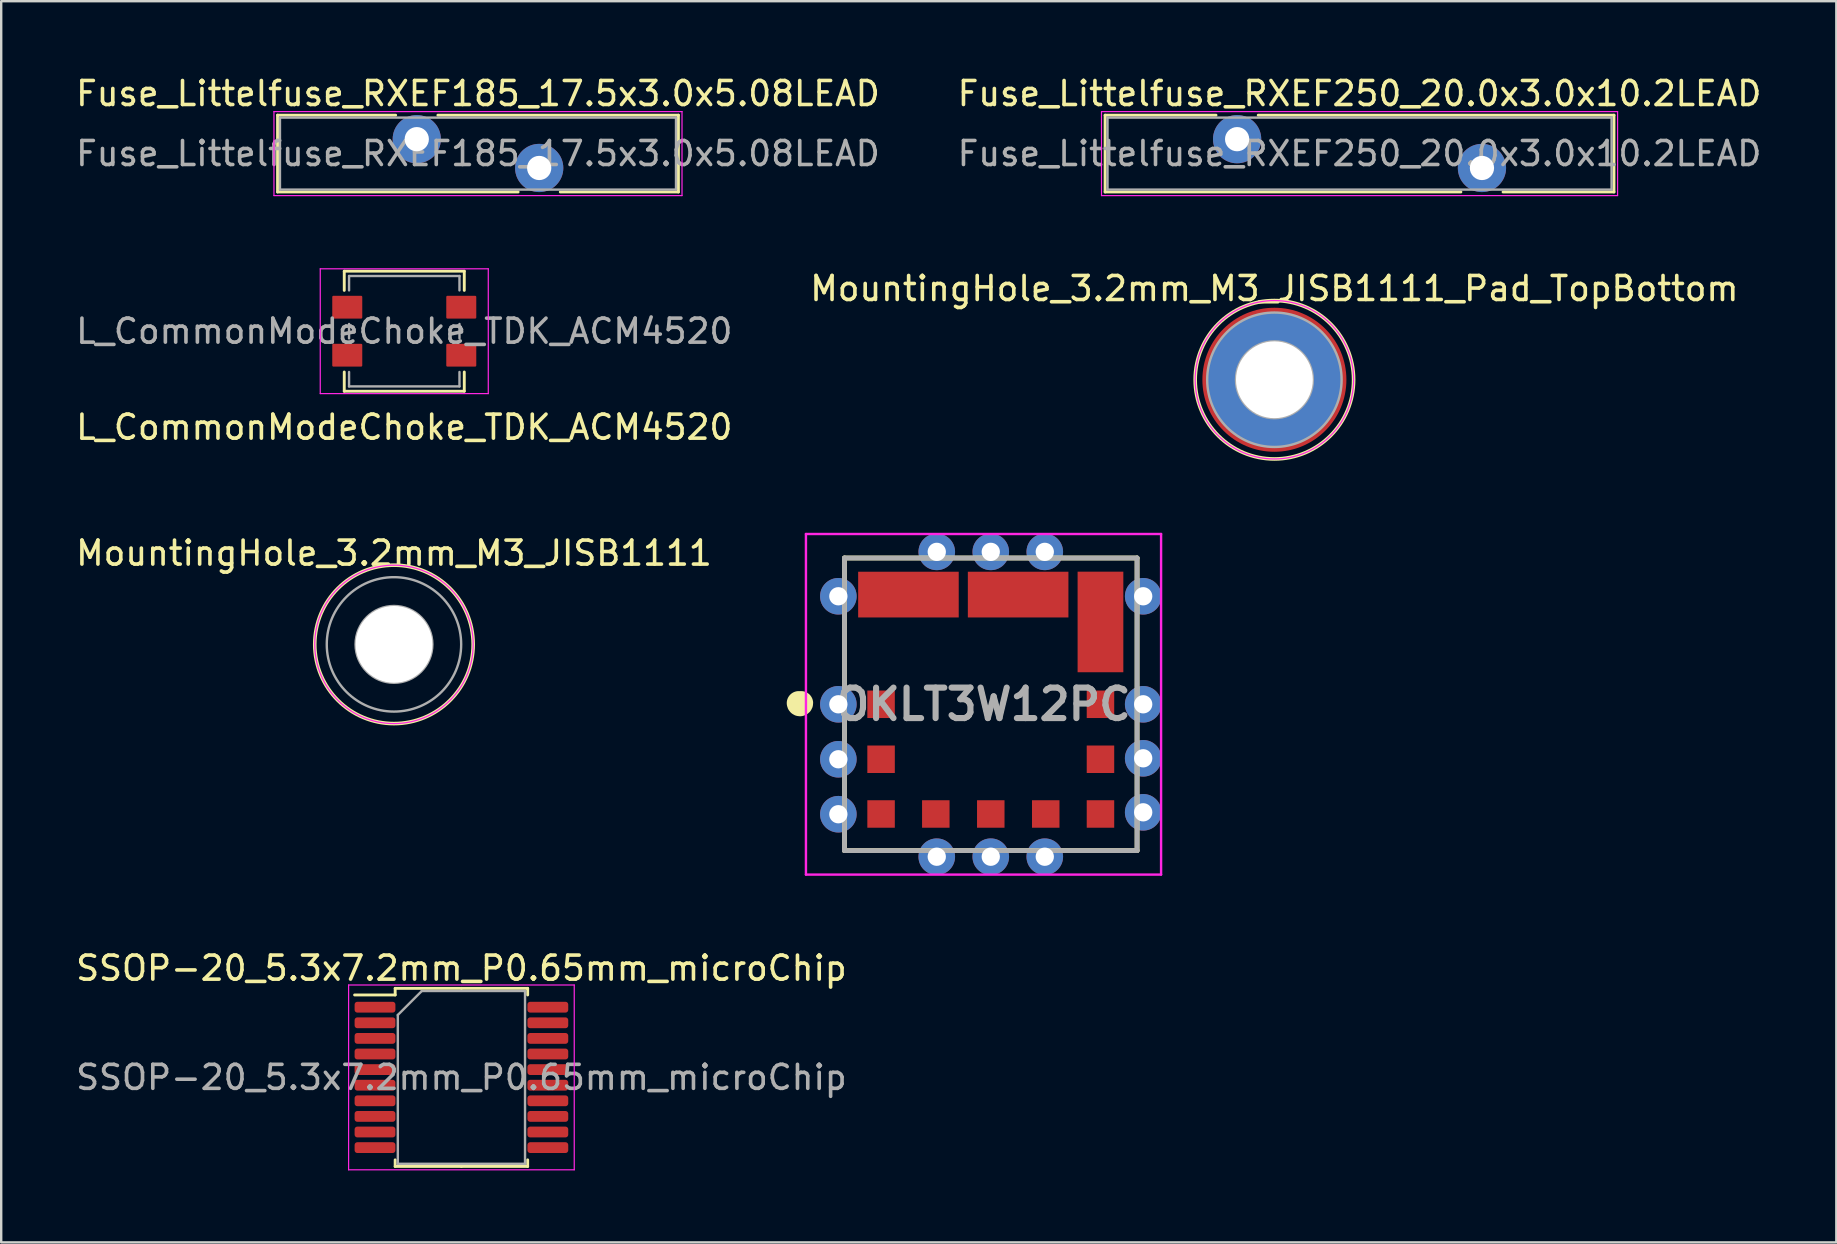
<source format=kicad_pcb>
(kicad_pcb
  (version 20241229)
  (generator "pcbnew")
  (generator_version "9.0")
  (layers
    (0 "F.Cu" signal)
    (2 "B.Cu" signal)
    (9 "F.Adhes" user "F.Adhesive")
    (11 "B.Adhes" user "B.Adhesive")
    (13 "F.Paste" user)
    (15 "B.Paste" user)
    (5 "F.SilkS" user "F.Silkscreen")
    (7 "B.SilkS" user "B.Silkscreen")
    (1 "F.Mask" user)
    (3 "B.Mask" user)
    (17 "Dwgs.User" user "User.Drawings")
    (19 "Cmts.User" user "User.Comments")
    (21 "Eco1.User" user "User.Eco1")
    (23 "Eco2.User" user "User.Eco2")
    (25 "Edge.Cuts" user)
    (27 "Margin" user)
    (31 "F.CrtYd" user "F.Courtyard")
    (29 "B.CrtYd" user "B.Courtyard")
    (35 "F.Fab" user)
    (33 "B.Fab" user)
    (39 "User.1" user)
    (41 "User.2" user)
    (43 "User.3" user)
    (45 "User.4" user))
  (footprint "OKLT3W12PC"
    (layer "F.Cu")
    (at 38.226 26.291)
    (property "Reference" "OKLT3W12PC" (at -0.303 0 0) (layer "F.SilkS") (effects (font (size 1.27 1.27) (thickness 0.2))))
    (attr smd)
    (fp_line (start -8 -0.2) (end -8 -0.2) (stroke (width 0.1) (type solid)) (layer "F.SilkS"))
    (fp_line (start -7.9 -0.2) (end -7.9 -0.2) (stroke (width 0.1) (type solid)) (layer "F.SilkS"))
    (fp_line (start -6.095 -6.095) (end 6.095 -6.095) (stroke (width 0.2) (type solid)) (layer "F.SilkS"))
    (fp_line (start -6.095 6.095) (end -6.095 -6.095) (stroke (width 0.2) (type solid)) (layer "F.SilkS"))
    (fp_line (start 6.095 -6.095) (end 6.095 6.095) (stroke (width 0.2) (type solid)) (layer "F.SilkS"))
    (fp_line (start 6.095 6.095) (end -6.095 6.095) (stroke (width 0.2) (type solid)) (layer "F.SilkS"))
    (fp_arc (start -8 -0.2) (mid -7.95 -0.25) (end -7.9 -0.2) (stroke (width 0.1) (type solid)) (layer "F.SilkS"))
    (fp_arc (start -7.9 -0.05) (mid -7.95 0) (end -8 -0.05) (stroke (width 1) (type solid)) (layer "F.SilkS"))
    (fp_line (start -7.7 -7.095) (end 7.095 -7.095) (stroke (width 0.1) (type solid)) (layer "F.CrtYd"))
    (fp_line (start -7.7 7.095) (end -7.7 -7.095) (stroke (width 0.1) (type solid)) (layer "F.CrtYd"))
    (fp_line (start 7.095 -7.095) (end 7.095 7.095) (stroke (width 0.1) (type solid)) (layer "F.CrtYd"))
    (fp_line (start 7.095 7.095) (end -7.7 7.095) (stroke (width 0.1) (type solid)) (layer "F.CrtYd"))
    (fp_line (start -6.095 -6.095) (end 6.095 -6.095) (stroke (width 0.2) (type solid)) (layer "F.Fab"))
    (fp_line (start -6.095 6.095) (end -6.095 -6.095) (stroke (width 0.2) (type solid)) (layer "F.Fab"))
    (fp_line (start 6.095 -6.095) (end 6.095 6.095) (stroke (width 0.2) (type solid)) (layer "F.Fab"))
    (fp_line (start 6.095 6.095) (end -6.095 6.095) (stroke (width 0.2) (type solid)) (layer "F.Fab"))
    (fp_text user "${REFERENCE}" (at -0.303 0 0) (layer "F.Fab") (effects (font (size 1.27 1.27) (thickness 0.254))))
    (pad "1" thru_hole circle (at -6.35 0) (size 1.524 1.524) (drill 0.762) (layers "*.Cu" "*.Mask"))
    (pad "1" smd rect (at -4.57 0 90) (size 1.145 1.145) (layers "F.Cu" "F.Mask" "F.Paste"))
    (pad "2" thru_hole circle (at -6.35 -4.5) (size 1.524 1.524) (drill 0.762) (layers "*.Cu" "*.Mask"))
    (pad "2" smd rect (at -3.43 -4.57 90) (size 1.905 4.19) (layers "F.Cu" "F.Mask" "F.Paste"))
    (pad "2" thru_hole circle (at -2.25 -6.35) (size 1.524 1.524) (drill 0.762) (layers "*.Cu" "*.Mask"))
    (pad "3" thru_hole circle (at 0 -6.35) (size 1.524 1.524) (drill 0.762) (layers "*.Cu" "*.Mask"))
    (pad "3" smd rect (at 1.14 -4.57 90) (size 1.905 4.19) (layers "F.Cu" "F.Mask" "F.Paste"))
    (pad "3" thru_hole circle (at 2.25 -6.35) (size 1.524 1.524) (drill 0.762) (layers "*.Cu" "*.Mask"))
    (pad "4" smd rect (at 4.57 -3.43) (size 1.905 4.19) (layers "F.Cu" "F.Mask" "F.Paste"))
    (pad "4" thru_hole circle (at 6.35 -4.5) (size 1.524 1.524) (drill 0.762) (layers "*.Cu" "*.Mask"))
    (pad "5" smd rect (at 4.57 0 90) (size 1.145 1.145) (layers "F.Cu" "F.Mask" "F.Paste"))
    (pad "5" thru_hole circle (at 6.35 0) (size 1.524 1.524) (drill 0.762) (layers "*.Cu" "*.Mask"))
    (pad "6" smd rect (at 4.57 4.57 90) (size 1.145 1.145) (layers "F.Cu" "F.Mask" "F.Paste"))
    (pad "6" thru_hole circle (at 6.35 4.5) (size 1.524 1.524) (drill 0.762) (layers "*.Cu" "*.Mask"))
    (pad "7" smd rect (at 0 4.57 90) (size 1.145 1.145) (layers "F.Cu" "F.Mask" "F.Paste"))
    (pad "7" thru_hole circle (at 0 6.35) (size 1.524 1.524) (drill 0.762) (layers "*.Cu" "*.Mask"))
    (pad "8" smd rect (at -2.29 4.57 90) (size 1.145 1.145) (layers "F.Cu" "F.Mask" "F.Paste"))
    (pad "8" thru_hole circle (at -2.25 6.35) (size 1.524 1.524) (drill 0.762) (layers "*.Cu" "*.Mask"))
    (pad "9" thru_hole circle (at -6.35 4.58) (size 1.524 1.524) (drill 0.762) (layers "*.Cu" "*.Mask"))
    (pad "9" smd rect (at -4.57 4.57 90) (size 1.145 1.145) (layers "F.Cu" "F.Mask" "F.Paste"))
    (pad "10" thru_hole circle (at -6.35 2.29) (size 1.524 1.524) (drill 0.762) (layers "*.Cu" "*.Mask"))
    (pad "10" smd rect (at -4.57 2.29 90) (size 1.145 1.145) (layers "F.Cu" "F.Mask" "F.Paste"))
    (pad "11" smd rect (at 4.57 2.29 90) (size 1.145 1.145) (layers "F.Cu" "F.Mask" "F.Paste"))
    (pad "11" thru_hole circle (at 6.35 2.25) (size 1.524 1.524) (drill 0.762) (layers "*.Cu" "*.Mask"))
    (pad "12" thru_hole circle (at 2.25 6.35) (size 1.524 1.524) (drill 0.762) (layers "*.Cu" "*.Mask"))
    (pad "12" smd rect (at 2.29 4.57 90) (size 1.145 1.145) (layers "F.Cu" "F.Mask" "F.Paste")))
  (footprint "MountingHole_3.2mm_M3_JISB1111"
    (layer "F.Cu")
    (at 13.363 23.795)
    (property "Reference" "MountingHole_3.2mm_M3_JISB1111" (at 0 -3.8 0) (layer "F.SilkS") (effects (font (size 1 1) (thickness 0.15))))
    (attr exclude_from_pos_files exclude_from_bom)
    (fp_circle (center 0 0) (end 3.3 0) (stroke (width 0.15) (type solid)) (fill no) (layer "F.SilkS"))
    (fp_circle (center 0 0) (end 3.3 0) (stroke (width 0.05) (type solid)) (fill no) (layer "F.CrtYd"))
    (fp_circle (center 0 0) (end 1.6 0) (stroke (width 0.1) (type solid)) (fill no) (layer "F.Fab"))
    (fp_circle (center 0 0) (end 2.8 0) (stroke (width 0.1) (type solid)) (fill no) (layer "F.Fab"))
    (pad "" np_thru_hole circle (at 0 0) (size 3.2 3.2) (drill 3.2) (layers "*.Cu" "*.Mask")))
  (footprint "SSOP-20_5.3x7.2mm_P0.65mm_microChip"
    (layer "F.Cu")
    (at 16.173 41.835)
    (property "Reference" "SSOP-20_5.3x7.2mm_P0.65mm_microChip" (at 0 -4.55 0) (layer "F.SilkS") (effects (font (size 1 1) (thickness 0.15))))
    (attr smd)
    (fp_line (start -2.76 -3.71) (end -2.76 -3.435) (stroke (width 0.12) (type solid)) (layer "F.SilkS"))
    (fp_line (start -2.76 -3.435) (end -4.45 -3.435) (stroke (width 0.12) (type solid)) (layer "F.SilkS"))
    (fp_line (start -2.76 3.71) (end -2.76 3.435) (stroke (width 0.12) (type solid)) (layer "F.SilkS"))
    (fp_line (start 0 -3.71) (end -2.76 -3.71) (stroke (width 0.12) (type solid)) (layer "F.SilkS"))
    (fp_line (start 0 -3.71) (end 2.76 -3.71) (stroke (width 0.12) (type solid)) (layer "F.SilkS"))
    (fp_line (start 0 3.71) (end -2.76 3.71) (stroke (width 0.12) (type solid)) (layer "F.SilkS"))
    (fp_line (start 0 3.71) (end 2.76 3.71) (stroke (width 0.12) (type solid)) (layer "F.SilkS"))
    (fp_line (start 2.76 -3.71) (end 2.76 -3.435) (stroke (width 0.12) (type solid)) (layer "F.SilkS"))
    (fp_line (start 2.76 3.71) (end 2.76 3.435) (stroke (width 0.12) (type solid)) (layer "F.SilkS"))
    (fp_line (start -4.7 -3.85) (end -4.7 3.85) (stroke (width 0.05) (type solid)) (layer "F.CrtYd"))
    (fp_line (start -4.7 3.85) (end 4.7 3.85) (stroke (width 0.05) (type solid)) (layer "F.CrtYd"))
    (fp_line (start 4.7 -3.85) (end -4.7 -3.85) (stroke (width 0.05) (type solid)) (layer "F.CrtYd"))
    (fp_line (start 4.7 3.85) (end 4.7 -3.85) (stroke (width 0.05) (type solid)) (layer "F.CrtYd"))
    (fp_line (start -2.65 -2.6) (end -1.65 -3.6) (stroke (width 0.1) (type solid)) (layer "F.Fab"))
    (fp_line (start -2.65 3.6) (end -2.65 -2.6) (stroke (width 0.1) (type solid)) (layer "F.Fab"))
    (fp_line (start -1.65 -3.6) (end 2.65 -3.6) (stroke (width 0.1) (type solid)) (layer "F.Fab"))
    (fp_line (start 2.65 -3.6) (end 2.65 3.6) (stroke (width 0.1) (type solid)) (layer "F.Fab"))
    (fp_line (start 2.65 3.6) (end -2.65 3.6) (stroke (width 0.1) (type solid)) (layer "F.Fab"))
    (fp_text user "${REFERENCE}" (at 0 0 0) (layer "F.Fab") (effects (font (size 1 1) (thickness 0.15))))
    (pad "1" smd roundrect (at -3.6 -2.925) (size 1.7 0.45) (layers "F.Cu" "F.Mask" "F.Paste") (roundrect_rratio 0.25))
    (pad "2" smd roundrect (at -3.6 -2.275) (size 1.7 0.45) (layers "F.Cu" "F.Mask" "F.Paste") (roundrect_rratio 0.25))
    (pad "3" smd roundrect (at -3.6 -1.625) (size 1.7 0.45) (layers "F.Cu" "F.Mask" "F.Paste") (roundrect_rratio 0.25))
    (pad "4" smd roundrect (at -3.6 -0.975) (size 1.7 0.45) (layers "F.Cu" "F.Mask" "F.Paste") (roundrect_rratio 0.25))
    (pad "5" smd roundrect (at -3.6 -0.325) (size 1.7 0.45) (layers "F.Cu" "F.Mask" "F.Paste") (roundrect_rratio 0.25))
    (pad "6" smd roundrect (at -3.6 0.325) (size 1.7 0.45) (layers "F.Cu" "F.Mask" "F.Paste") (roundrect_rratio 0.25))
    (pad "7" smd roundrect (at -3.6 0.975) (size 1.7 0.45) (layers "F.Cu" "F.Mask" "F.Paste") (roundrect_rratio 0.25))
    (pad "8" smd roundrect (at -3.6 1.625) (size 1.7 0.45) (layers "F.Cu" "F.Mask" "F.Paste") (roundrect_rratio 0.25))
    (pad "9" smd roundrect (at -3.6 2.275) (size 1.7 0.45) (layers "F.Cu" "F.Mask" "F.Paste") (roundrect_rratio 0.25))
    (pad "10" smd roundrect (at -3.6 2.925) (size 1.7 0.45) (layers "F.Cu" "F.Mask" "F.Paste") (roundrect_rratio 0.25))
    (pad "11" smd roundrect (at 3.6 2.925) (size 1.7 0.45) (layers "F.Cu" "F.Mask" "F.Paste") (roundrect_rratio 0.25))
    (pad "12" smd roundrect (at 3.6 2.275) (size 1.7 0.45) (layers "F.Cu" "F.Mask" "F.Paste") (roundrect_rratio 0.25))
    (pad "13" smd roundrect (at 3.6 1.625) (size 1.7 0.45) (layers "F.Cu" "F.Mask" "F.Paste") (roundrect_rratio 0.25))
    (pad "14" smd roundrect (at 3.6 0.975) (size 1.7 0.45) (layers "F.Cu" "F.Mask" "F.Paste") (roundrect_rratio 0.25))
    (pad "15" smd roundrect (at 3.6 0.325) (size 1.7 0.45) (layers "F.Cu" "F.Mask" "F.Paste") (roundrect_rratio 0.25))
    (pad "16" smd roundrect (at 3.6 -0.325) (size 1.7 0.45) (layers "F.Cu" "F.Mask" "F.Paste") (roundrect_rratio 0.25))
    (pad "17" smd roundrect (at 3.6 -0.975) (size 1.7 0.45) (layers "F.Cu" "F.Mask" "F.Paste") (roundrect_rratio 0.25))
    (pad "18" smd roundrect (at 3.6 -1.625) (size 1.7 0.45) (layers "F.Cu" "F.Mask" "F.Paste") (roundrect_rratio 0.25))
    (pad "19" smd roundrect (at 3.6 -2.275) (size 1.7 0.45) (layers "F.Cu" "F.Mask" "F.Paste") (roundrect_rratio 0.25))
    (pad "20" smd roundrect (at 3.6 -2.925) (size 1.7 0.45) (layers "F.Cu" "F.Mask" "F.Paste") (roundrect_rratio 0.25)))
  (footprint "Fuse_Littelfuse_RXEF250_20.0x3.0x10.2LEAD"
    (layer "F.Cu")
    (at 48.489 2.748)
    (property "Reference" "Fuse_Littelfuse_RXEF250_20.0x3.0x10.2LEAD" (at 5.1 -1.9 0) (layer "F.SilkS") (effects (font (size 1 1) (thickness 0.15))))
    (attr through_hole)
    (fp_line (start -5.5 -1) (end -5.5 2.2) (stroke (width 0.12) (type solid)) (layer "F.SilkS"))
    (fp_line (start -5.5 -1) (end -0.879 -1) (stroke (width 0.12) (type solid)) (layer "F.SilkS"))
    (fp_line (start -5.5 2.2) (end 9.322 2.2) (stroke (width 0.12) (type solid)) (layer "F.SilkS"))
    (fp_line (start 0.879 -1) (end 15.7 -1) (stroke (width 0.12) (type solid)) (layer "F.SilkS"))
    (fp_line (start 11.079 2.2) (end 15.7 2.2) (stroke (width 0.12) (type solid)) (layer "F.SilkS"))
    (fp_line (start 15.7 -1) (end 15.7 2.2) (stroke (width 0.12) (type solid)) (layer "F.SilkS"))
    (fp_line (start -5.65 -1.15) (end -5.65 2.35) (stroke (width 0.05) (type solid)) (layer "F.CrtYd"))
    (fp_line (start -5.65 2.35) (end 15.85 2.35) (stroke (width 0.05) (type solid)) (layer "F.CrtYd"))
    (fp_line (start 15.85 -1.15) (end -5.65 -1.15) (stroke (width 0.05) (type solid)) (layer "F.CrtYd"))
    (fp_line (start 15.85 2.35) (end 15.85 -1.15) (stroke (width 0.05) (type solid)) (layer "F.CrtYd"))
    (fp_line (start -5.4 -0.9) (end -5.4 2.1) (stroke (width 0.1) (type solid)) (layer "F.Fab"))
    (fp_line (start -5.4 2.1) (end 15.6 2.1) (stroke (width 0.1) (type solid)) (layer "F.Fab"))
    (fp_line (start 15.6 -0.9) (end -5.4 -0.9) (stroke (width 0.1) (type solid)) (layer "F.Fab"))
    (fp_line (start 15.6 2.1) (end 15.6 -0.9) (stroke (width 0.1) (type solid)) (layer "F.Fab"))
    (fp_text user "${REFERENCE}" (at 5.1 0.6 0) (layer "F.Fab") (effects (font (size 1 1) (thickness 0.15))))
    (pad "1" thru_hole circle (at 0 0) (size 2.01 2.01) (drill 1.01) (layers "*.Cu" "*.Mask"))
    (pad "2" thru_hole circle (at 10.2 1.2) (size 2.01 2.01) (drill 1.01) (layers "*.Cu" "*.Mask")))
  (footprint "MountingHole_3.2mm_M3_JISB1111_Pad_TopBottom"
    (layer "F.Cu")
    (at 50.042 12.771)
    (property "Reference" "MountingHole_3.2mm_M3_JISB1111_Pad_TopBottom" (at 0 -3.8 0) (layer "F.SilkS") (effects (font (size 1 1) (thickness 0.15))))
    (attr exclude_from_pos_files exclude_from_bom)
    (fp_circle (center 0 0) (end 3.3 0) (stroke (width 0.15) (type solid)) (fill no) (layer "F.SilkS"))
    (fp_circle (center 0 0) (end 3.3 0) (stroke (width 0.05) (type solid)) (fill no) (layer "F.CrtYd"))
    (fp_circle (center 0 0) (end 1.6 0) (stroke (width 0.1) (type solid)) (fill no) (layer "F.Fab"))
    (fp_circle (center 0 0) (end 2.8 0) (stroke (width 0.1) (type solid)) (fill no) (layer "F.Fab"))
    (pad "1" thru_hole circle (at 0 0) (size 3.6 3.6) (drill 3.2) (layers "*.Cu" "*.Mask"))
    (pad "1" connect circle (at 0 0) (size 5.6 5.6) (layers "B.Cu" "B.Mask"))
    (pad "1" connect circle (at 0 0) (size 6 6) (layers "F.Cu" "F.Mask")))
  (footprint "Fuse_Littelfuse_RXEF185_17.5x3.0x5.08LEAD"
    (layer "F.Cu")
    (at 14.313 2.748)
    (property "Reference" "Fuse_Littelfuse_RXEF185_17.5x3.0x5.08LEAD" (at 2.55 -1.9 0) (layer "F.SilkS") (effects (font (size 1 1) (thickness 0.15))))
    (attr through_hole)
    (fp_line (start -5.8 -1) (end -5.8 2.2) (stroke (width 0.12) (type solid)) (layer "F.SilkS"))
    (fp_line (start -5.8 -1) (end -0.879 -1) (stroke (width 0.12) (type solid)) (layer "F.SilkS"))
    (fp_line (start -5.8 2.2) (end 4.222 2.2) (stroke (width 0.12) (type solid)) (layer "F.SilkS"))
    (fp_line (start 0.879 -1) (end 10.9 -1) (stroke (width 0.12) (type solid)) (layer "F.SilkS"))
    (fp_line (start 5.979 2.2) (end 10.9 2.2) (stroke (width 0.12) (type solid)) (layer "F.SilkS"))
    (fp_line (start 10.9 -1) (end 10.9 2.2) (stroke (width 0.12) (type solid)) (layer "F.SilkS"))
    (fp_line (start -5.95 -1.15) (end -5.95 2.35) (stroke (width 0.05) (type solid)) (layer "F.CrtYd"))
    (fp_line (start -5.95 2.35) (end 11.05 2.35) (stroke (width 0.05) (type solid)) (layer "F.CrtYd"))
    (fp_line (start 11.05 -1.15) (end -5.95 -1.15) (stroke (width 0.05) (type solid)) (layer "F.CrtYd"))
    (fp_line (start 11.05 2.35) (end 11.05 -1.15) (stroke (width 0.05) (type solid)) (layer "F.CrtYd"))
    (fp_line (start -5.7 -0.9) (end -5.7 2.1) (stroke (width 0.1) (type solid)) (layer "F.Fab"))
    (fp_line (start -5.7 2.1) (end 10.8 2.1) (stroke (width 0.1) (type solid)) (layer "F.Fab"))
    (fp_line (start 10.8 -0.9) (end -5.7 -0.9) (stroke (width 0.1) (type solid)) (layer "F.Fab"))
    (fp_line (start 10.8 2.1) (end 10.8 -0.9) (stroke (width 0.1) (type solid)) (layer "F.Fab"))
    (fp_text user "${REFERENCE}" (at 2.55 0.6 0) (layer "F.Fab") (effects (font (size 1 1) (thickness 0.15))))
    (pad "1" thru_hole circle (at 0 0) (size 2.01 2.01) (drill 1.01) (layers "*.Cu" "*.Mask"))
    (pad "2" thru_hole circle (at 5.1 1.2) (size 2.01 2.01) (drill 1.01) (layers "*.Cu" "*.Mask")))
  (footprint "L_CommonModeChoke_TDK_ACM4520"
    (layer "F.Cu")
    (at 13.792 10.748)
    (property "Reference" "L_CommonModeChoke_TDK_ACM4520" (at 0 4 0) (layer "F.SilkS") (effects (font (size 1 1) (thickness 0.15))))
    (attr smd)
    (fp_line (start -2.5 -2.5) (end -2.5 -1.7) (stroke (width 0.12) (type solid)) (layer "F.SilkS"))
    (fp_line (start -2.5 -2.5) (end 2.5 -2.5) (stroke (width 0.12) (type solid)) (layer "F.SilkS"))
    (fp_line (start -2.5 2.5) (end -2.5 1.7) (stroke (width 0.12) (type solid)) (layer "F.SilkS"))
    (fp_line (start -2.5 2.5) (end 2.5 2.5) (stroke (width 0.12) (type solid)) (layer "F.SilkS"))
    (fp_line (start 2.5 -2.5) (end 2.5 -1.7) (stroke (width 0.12) (type solid)) (layer "F.SilkS"))
    (fp_line (start 2.5 2.5) (end 2.5 1.7) (stroke (width 0.12) (type solid)) (layer "F.SilkS"))
    (fp_line (start -3.5 2.6) (end -3.5 -2.6) (stroke (width 0.05) (type solid)) (layer "F.CrtYd"))
    (fp_line (start 3.5 -2.6) (end -3.5 -2.6) (stroke (width 0.05) (type solid)) (layer "F.CrtYd"))
    (fp_line (start 3.5 2.6) (end -3.5 2.6) (stroke (width 0.05) (type solid)) (layer "F.CrtYd"))
    (fp_line (start 3.5 2.6) (end 3.5 -2.6) (stroke (width 0.05) (type solid)) (layer "F.CrtYd"))
    (fp_line (start -2.3 -2.3) (end 2.3 -2.3) (stroke (width 0.1) (type solid)) (layer "F.Fab"))
    (fp_line (start -2.3 -1.7) (end -2.3 -2.3) (stroke (width 0.1) (type solid)) (layer "F.Fab"))
    (fp_line (start -2.3 0.3) (end -2.3 -0.3) (stroke (width 0.1) (type solid)) (layer "F.Fab"))
    (fp_line (start -2.3 2.3) (end -2.3 1.7) (stroke (width 0.1) (type solid)) (layer "F.Fab"))
    (fp_line (start -2.3 2.3) (end 2.3 2.3) (stroke (width 0.1) (type solid)) (layer "F.Fab"))
    (fp_line (start 2.3 -1.7) (end 2.3 -2.3) (stroke (width 0.1) (type solid)) (layer "F.Fab"))
    (fp_line (start 2.3 0.3) (end 2.3 -0.3) (stroke (width 0.1) (type solid)) (layer "F.Fab"))
    (fp_line (start 2.3 2.3) (end 2.3 1.7) (stroke (width 0.1) (type solid)) (layer "F.Fab"))
    (fp_text user "${REFERENCE}" (at 0 0 180) (layer "F.Fab") (effects (font (size 1 1) (thickness 0.15))))
    (pad "1" smd roundrect (at -2.375 -1) (size 1.25 0.95) (layers "F.Cu" "F.Mask" "F.Paste") (roundrect_rratio 0.05))
    (pad "2" smd roundrect (at -2.375 1) (size 1.25 0.95) (layers "F.Cu" "F.Mask" "F.Paste") (roundrect_rratio 0.05))
    (pad "3" smd roundrect (at 2.375 1) (size 1.25 0.95) (layers "F.Cu" "F.Mask" "F.Paste") (roundrect_rratio 0.05))
    (pad "4" smd roundrect (at 2.375 -1) (size 1.25 0.95) (layers "F.Cu" "F.Mask" "F.Paste") (roundrect_rratio 0.05)))
  (gr_rect
    (start -3 -3)
    (end 73.452 48.71)
    (stroke (width 0.1) (type default))
    (fill no)
    (layer "Edge.Cuts")))
</source>
